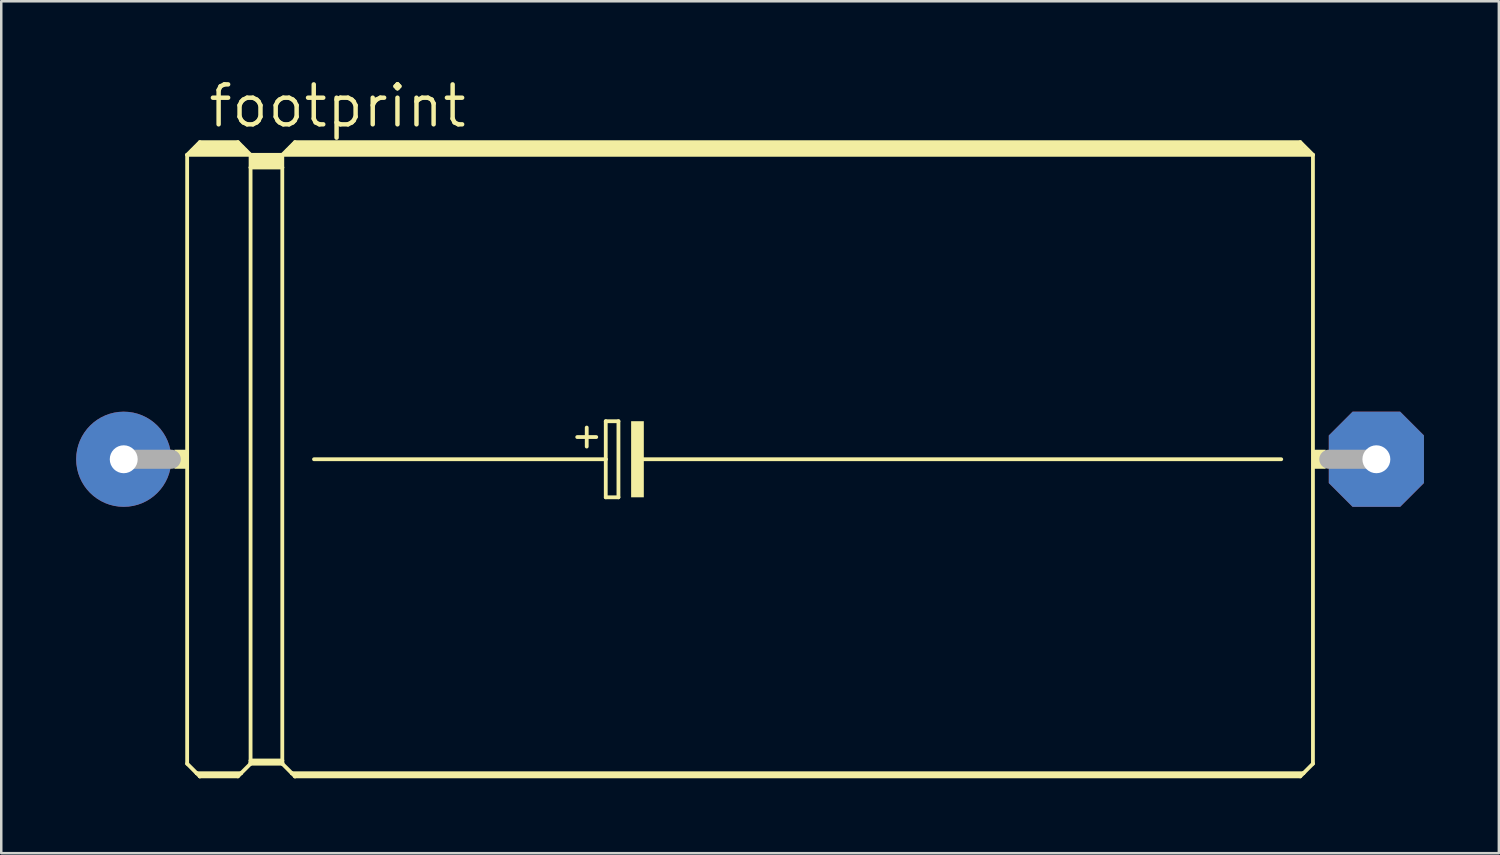
<source format=kicad_pcb>
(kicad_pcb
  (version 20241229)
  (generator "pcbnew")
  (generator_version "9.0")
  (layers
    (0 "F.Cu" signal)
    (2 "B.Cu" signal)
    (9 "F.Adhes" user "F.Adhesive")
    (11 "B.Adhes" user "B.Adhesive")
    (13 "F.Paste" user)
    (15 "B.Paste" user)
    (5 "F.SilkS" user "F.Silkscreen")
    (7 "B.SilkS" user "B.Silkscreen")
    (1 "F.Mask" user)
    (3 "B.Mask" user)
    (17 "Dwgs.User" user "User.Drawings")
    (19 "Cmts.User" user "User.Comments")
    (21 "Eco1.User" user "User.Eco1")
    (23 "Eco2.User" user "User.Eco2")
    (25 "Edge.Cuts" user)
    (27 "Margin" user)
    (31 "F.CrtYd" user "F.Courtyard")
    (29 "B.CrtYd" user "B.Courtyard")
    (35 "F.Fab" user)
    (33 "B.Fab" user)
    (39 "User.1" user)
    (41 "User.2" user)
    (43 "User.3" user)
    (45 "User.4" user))
  (footprint "footprint"
    (layer "F.Cu")
    (at 27.305 15.342)
    (property "Reference" "footprint" (at -22.098 -13.208 0) (layer "F.SilkS") (effects (font (size 1.6 1.6) (thickness 0.178)) (justify left bottom)))
    (fp_line (start -22.86 -12.192) (end -22.86 12.192) (stroke (width 0.152) (type solid)) (layer "F.SilkS"))
    (fp_line (start -22.86 -12.192) (end -22.352 -12.7) (stroke (width 0.152) (type solid)) (layer "F.SilkS"))
    (fp_line (start -22.86 -12.192) (end -20.32 -12.192) (stroke (width 0.152) (type solid)) (layer "F.SilkS"))
    (fp_line (start -22.86 12.192) (end -22.479 12.573) (stroke (width 0.152) (type solid)) (layer "F.SilkS"))
    (fp_line (start -22.606 -12.319) (end -22.479 -12.319) (stroke (width 0.305) (type solid)) (layer "F.SilkS"))
    (fp_line (start -22.479 -12.319) (end -22.479 -12.446) (stroke (width 0.305) (type solid)) (layer "F.SilkS"))
    (fp_line (start -22.479 -12.319) (end -20.701 -12.319) (stroke (width 0.305) (type solid)) (layer "F.SilkS"))
    (fp_line (start -22.479 12.573) (end -22.352 12.7) (stroke (width 0.152) (type solid)) (layer "F.SilkS"))
    (fp_line (start -22.479 12.573) (end -20.701 12.573) (stroke (width 0.152) (type solid)) (layer "F.SilkS"))
    (fp_line (start -22.352 -12.7) (end -20.828 -12.7) (stroke (width 0.152) (type solid)) (layer "F.SilkS"))
    (fp_line (start -22.352 -12.573) (end -20.828 -12.573) (stroke (width 0.305) (type solid)) (layer "F.SilkS"))
    (fp_line (start -22.352 12.649) (end -20.828 12.649) (stroke (width 0.152) (type solid)) (layer "F.SilkS"))
    (fp_line (start -22.352 12.7) (end -22.352 12.649) (stroke (width 0.152) (type solid)) (layer "F.SilkS"))
    (fp_line (start -22.352 12.7) (end -20.828 12.7) (stroke (width 0.152) (type solid)) (layer "F.SilkS"))
    (fp_line (start -20.701 -12.319) (end -20.701 -12.446) (stroke (width 0.305) (type solid)) (layer "F.SilkS"))
    (fp_line (start -20.701 -12.319) (end -20.574 -12.319) (stroke (width 0.305) (type solid)) (layer "F.SilkS"))
    (fp_line (start -20.701 12.573) (end -20.828 12.7) (stroke (width 0.152) (type solid)) (layer "F.SilkS"))
    (fp_line (start -20.32 -12.192) (end -20.828 -12.7) (stroke (width 0.152) (type solid)) (layer "F.SilkS"))
    (fp_line (start -20.32 -12.192) (end -20.32 -11.684) (stroke (width 0.152) (type solid)) (layer "F.SilkS"))
    (fp_line (start -20.32 -12.192) (end -19.05 -12.192) (stroke (width 0.152) (type solid)) (layer "F.SilkS"))
    (fp_line (start -20.32 -11.684) (end -20.32 12.065) (stroke (width 0.152) (type solid)) (layer "F.SilkS"))
    (fp_line (start -20.32 -11.684) (end -19.05 -11.684) (stroke (width 0.152) (type solid)) (layer "F.SilkS"))
    (fp_line (start -20.32 12.065) (end -20.32 12.141) (stroke (width 0.152) (type solid)) (layer "F.SilkS"))
    (fp_line (start -20.32 12.065) (end -19.05 12.065) (stroke (width 0.152) (type solid)) (layer "F.SilkS"))
    (fp_line (start -20.32 12.141) (end -20.32 12.192) (stroke (width 0.152) (type solid)) (layer "F.SilkS"))
    (fp_line (start -20.32 12.141) (end -19.05 12.141) (stroke (width 0.152) (type solid)) (layer "F.SilkS"))
    (fp_line (start -20.32 12.192) (end -20.701 12.573) (stroke (width 0.152) (type solid)) (layer "F.SilkS"))
    (fp_line (start -20.32 12.192) (end -19.05 12.192) (stroke (width 0.152) (type solid)) (layer "F.SilkS"))
    (fp_line (start -20.193 -12.065) (end -19.177 -12.065) (stroke (width 0.305) (type solid)) (layer "F.SilkS"))
    (fp_line (start -20.193 -11.811) (end -19.177 -11.811) (stroke (width 0.305) (type solid)) (layer "F.SilkS"))
    (fp_line (start -19.05 -12.192) (end -19.05 -11.684) (stroke (width 0.152) (type solid)) (layer "F.SilkS"))
    (fp_line (start -19.05 -12.192) (end 22.225 -12.192) (stroke (width 0.152) (type solid)) (layer "F.SilkS"))
    (fp_line (start -19.05 -11.684) (end -19.05 12.065) (stroke (width 0.152) (type solid)) (layer "F.SilkS"))
    (fp_line (start -19.05 12.065) (end -19.05 12.141) (stroke (width 0.152) (type solid)) (layer "F.SilkS"))
    (fp_line (start -19.05 12.141) (end -19.05 12.192) (stroke (width 0.152) (type solid)) (layer "F.SilkS"))
    (fp_line (start -19.05 12.192) (end -18.669 12.573) (stroke (width 0.152) (type solid)) (layer "F.SilkS"))
    (fp_line (start -18.796 -12.319) (end -18.669 -12.319) (stroke (width 0.305) (type solid)) (layer "F.SilkS"))
    (fp_line (start -18.669 -12.319) (end -18.669 -12.446) (stroke (width 0.305) (type solid)) (layer "F.SilkS"))
    (fp_line (start -18.669 -12.319) (end 21.971 -12.319) (stroke (width 0.305) (type solid)) (layer "F.SilkS"))
    (fp_line (start -18.669 12.573) (end -18.542 12.7) (stroke (width 0.152) (type solid)) (layer "F.SilkS"))
    (fp_line (start -18.669 12.573) (end 21.844 12.573) (stroke (width 0.152) (type solid)) (layer "F.SilkS"))
    (fp_line (start -18.542 -12.7) (end -19.05 -12.192) (stroke (width 0.152) (type solid)) (layer "F.SilkS"))
    (fp_line (start -18.542 -12.7) (end 21.717 -12.7) (stroke (width 0.152) (type solid)) (layer "F.SilkS"))
    (fp_line (start -18.542 -12.573) (end 21.717 -12.573) (stroke (width 0.305) (type solid)) (layer "F.SilkS"))
    (fp_line (start -18.542 12.649) (end 21.717 12.649) (stroke (width 0.152) (type solid)) (layer "F.SilkS"))
    (fp_line (start -18.542 12.7) (end -18.542 12.649) (stroke (width 0.152) (type solid)) (layer "F.SilkS"))
    (fp_line (start -17.78 0) (end -6.096 0) (stroke (width 0.152) (type solid)) (layer "F.SilkS"))
    (fp_line (start -7.239 -0.889) (end -6.477 -0.889) (stroke (width 0.152) (type solid)) (layer "F.SilkS"))
    (fp_line (start -6.858 -1.27) (end -6.858 -0.508) (stroke (width 0.152) (type solid)) (layer "F.SilkS"))
    (fp_line (start -6.096 -1.524) (end -6.096 0) (stroke (width 0.152) (type solid)) (layer "F.SilkS"))
    (fp_line (start -6.096 0) (end -6.096 1.524) (stroke (width 0.152) (type solid)) (layer "F.SilkS"))
    (fp_line (start -6.096 1.524) (end -5.588 1.524) (stroke (width 0.152) (type solid)) (layer "F.SilkS"))
    (fp_line (start -5.588 -1.524) (end -6.096 -1.524) (stroke (width 0.152) (type solid)) (layer "F.SilkS"))
    (fp_line (start -5.588 1.524) (end -5.588 -1.524) (stroke (width 0.152) (type solid)) (layer "F.SilkS"))
    (fp_line (start -4.699 0) (end 20.955 0) (stroke (width 0.152) (type solid)) (layer "F.SilkS"))
    (fp_line (start 21.717 -12.7) (end 22.225 -12.192) (stroke (width 0.152) (type solid)) (layer "F.SilkS"))
    (fp_line (start 21.717 12.7) (end -18.542 12.7) (stroke (width 0.152) (type solid)) (layer "F.SilkS"))
    (fp_line (start 21.844 12.573) (end 21.717 12.7) (stroke (width 0.152) (type solid)) (layer "F.SilkS"))
    (fp_line (start 22.225 -12.192) (end 22.225 12.192) (stroke (width 0.152) (type solid)) (layer "F.SilkS"))
    (fp_line (start 22.225 12.192) (end 21.844 12.573) (stroke (width 0.152) (type solid)) (layer "F.SilkS"))
    (fp_poly (pts (xy -23.368 0.381) (xy -22.86 0.381) (xy -22.86 -0.381) (xy -23.368 -0.381)) (stroke (width 0) (type solid)) (fill yes) (layer "F.SilkS"))
    (fp_poly (pts (xy -5.08 1.524) (xy -4.572 1.524) (xy -4.572 -1.524) (xy -5.08 -1.524)) (stroke (width 0) (type solid)) (fill yes) (layer "F.SilkS"))
    (fp_poly (pts (xy 22.225 0.381) (xy 22.733 0.381) (xy 22.733 -0.381) (xy 22.225 -0.381)) (stroke (width 0) (type solid)) (fill yes) (layer "F.SilkS"))
    (fp_line (start -25.4 0) (end -23.495 0) (stroke (width 0.762) (type solid)) (layer "F.Fab"))
    (fp_line (start 24.765 0) (end 22.86 0) (stroke (width 0.762) (type solid)) (layer "F.Fab"))
    (pad "+" thru_hole circle (at -25.4 0) (size 3.81 3.81) (drill 1.118) (layers "*.Cu" "*.Mask"))
    (pad "-" thru_hole roundrect (at 24.765 0) (size 3.81 3.81) (drill 1.118) (layers "*.Cu" "*.Mask") (roundrect_rratio 0.25) (chamfer_ratio 0.25) (chamfer top_left top_right bottom_left bottom_right)))
  (gr_rect
    (start -3 -3)
    (end 56.975 31.118)
    (stroke (width 0.1) (type default))
    (fill no)
    (layer "Edge.Cuts")))
</source>
